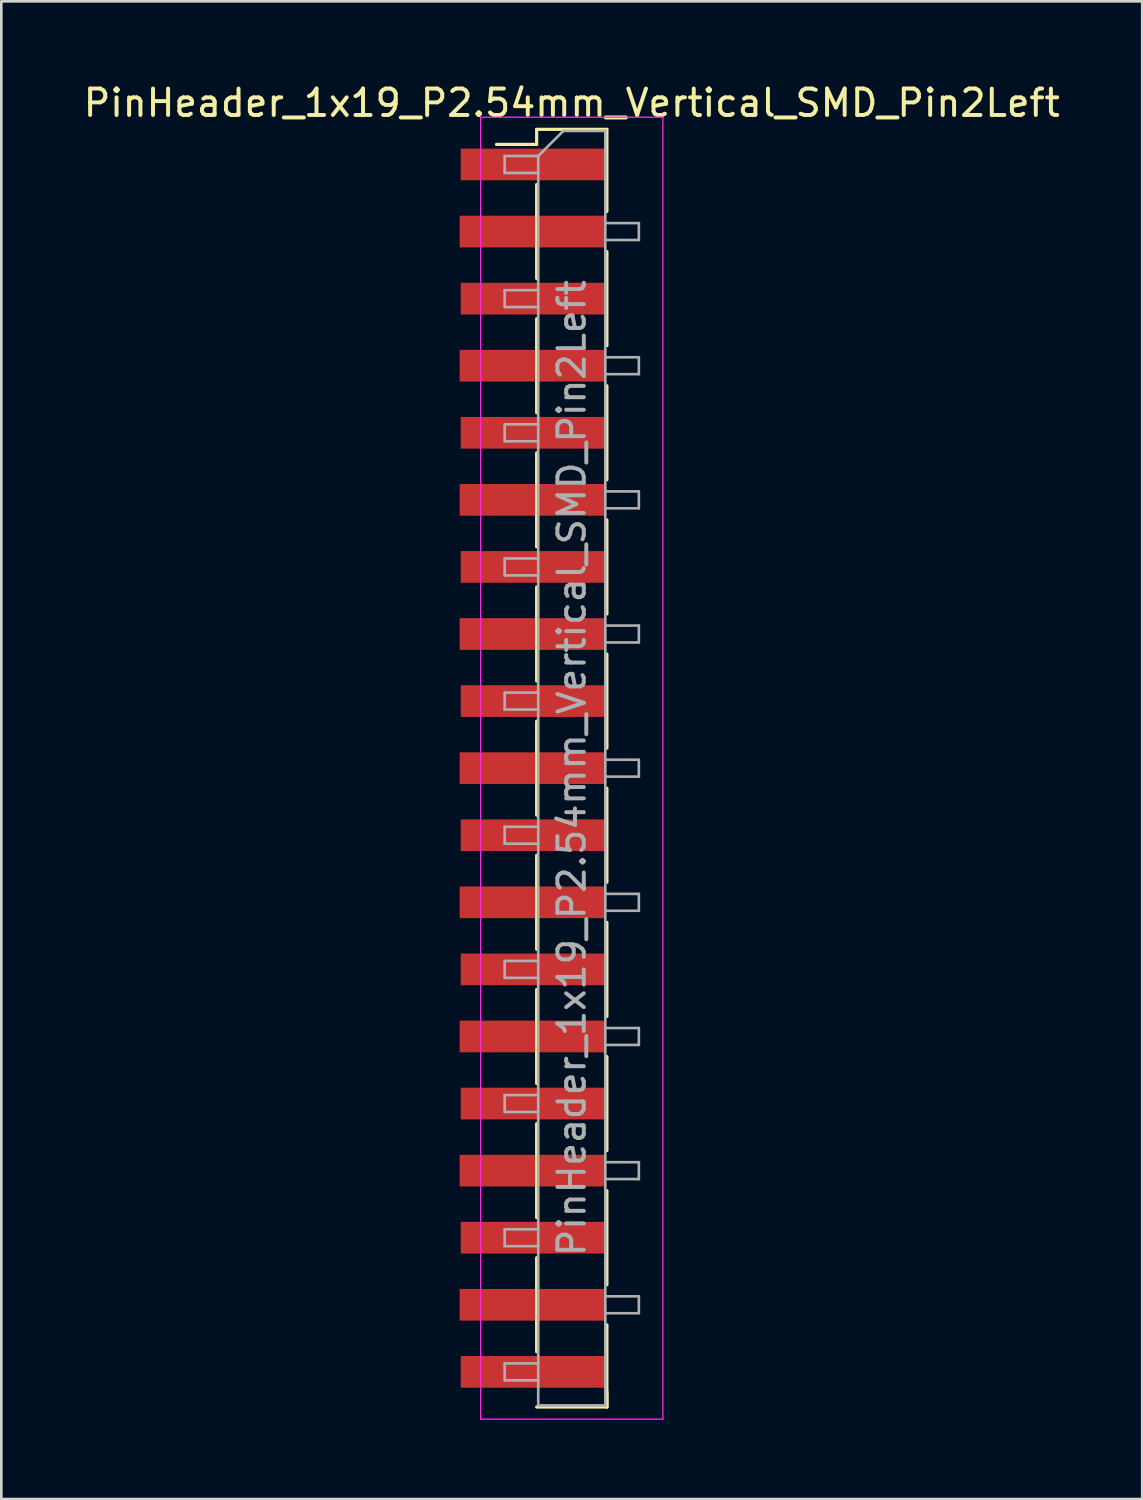
<source format=kicad_pcb>
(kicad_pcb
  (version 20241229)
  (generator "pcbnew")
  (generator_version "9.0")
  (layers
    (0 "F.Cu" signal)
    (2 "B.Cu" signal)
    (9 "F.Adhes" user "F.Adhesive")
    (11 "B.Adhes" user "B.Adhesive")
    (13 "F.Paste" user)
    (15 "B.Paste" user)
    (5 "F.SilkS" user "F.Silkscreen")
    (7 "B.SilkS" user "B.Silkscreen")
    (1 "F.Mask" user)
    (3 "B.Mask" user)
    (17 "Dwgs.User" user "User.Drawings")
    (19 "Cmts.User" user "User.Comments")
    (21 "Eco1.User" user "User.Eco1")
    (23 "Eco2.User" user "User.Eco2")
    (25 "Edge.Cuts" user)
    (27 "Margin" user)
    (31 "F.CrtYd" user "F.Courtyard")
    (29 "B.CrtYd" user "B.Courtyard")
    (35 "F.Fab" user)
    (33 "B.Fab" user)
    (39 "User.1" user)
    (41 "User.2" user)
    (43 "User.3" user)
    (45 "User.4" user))
  (footprint "PinHeader_1x19_P2.54mm_Vertical_SMD_Pin2Left"
    (layer "F.Cu")
    (at 18.601 26.038)
    (property "Reference" "PinHeader_1x19_P2.54mm_Vertical_SMD_Pin2Left" (at 0 -25.19 0) (layer "F.SilkS") (effects (font (size 1 1) (thickness 0.15))))
    (attr smd)
    (fp_line (start -1.33 -24.19) (end -1.33 -23.62) (stroke (width 0.12) (type solid)) (layer "F.SilkS"))
    (fp_line (start -1.33 -24.19) (end 1.33 -24.19) (stroke (width 0.12) (type solid)) (layer "F.SilkS"))
    (fp_line (start -1.33 -23.62) (end -2.85 -23.62) (stroke (width 0.12) (type solid)) (layer "F.SilkS"))
    (fp_line (start -1.33 -22.1) (end -1.33 -18.54) (stroke (width 0.12) (type solid)) (layer "F.SilkS"))
    (fp_line (start -1.33 -17.02) (end -1.33 -13.46) (stroke (width 0.12) (type solid)) (layer "F.SilkS"))
    (fp_line (start -1.33 -11.94) (end -1.33 -8.38) (stroke (width 0.12) (type solid)) (layer "F.SilkS"))
    (fp_line (start -1.33 -6.86) (end -1.33 -3.3) (stroke (width 0.12) (type solid)) (layer "F.SilkS"))
    (fp_line (start -1.33 -1.78) (end -1.33 1.78) (stroke (width 0.12) (type solid)) (layer "F.SilkS"))
    (fp_line (start -1.33 3.3) (end -1.33 6.86) (stroke (width 0.12) (type solid)) (layer "F.SilkS"))
    (fp_line (start -1.33 8.38) (end -1.33 11.94) (stroke (width 0.12) (type solid)) (layer "F.SilkS"))
    (fp_line (start -1.33 13.46) (end -1.33 17.02) (stroke (width 0.12) (type solid)) (layer "F.SilkS"))
    (fp_line (start -1.33 18.54) (end -1.33 22.1) (stroke (width 0.12) (type solid)) (layer "F.SilkS"))
    (fp_line (start -1.33 24.19) (end 1.33 24.19) (stroke (width 0.12) (type solid)) (layer "F.SilkS"))
    (fp_line (start 1.33 -24.19) (end 1.33 -21.08) (stroke (width 0.12) (type solid)) (layer "F.SilkS"))
    (fp_line (start 1.33 -19.56) (end 1.33 -16) (stroke (width 0.12) (type solid)) (layer "F.SilkS"))
    (fp_line (start 1.33 -14.48) (end 1.33 -10.92) (stroke (width 0.12) (type solid)) (layer "F.SilkS"))
    (fp_line (start 1.33 -9.4) (end 1.33 -5.84) (stroke (width 0.12) (type solid)) (layer "F.SilkS"))
    (fp_line (start 1.33 -4.32) (end 1.33 -0.76) (stroke (width 0.12) (type solid)) (layer "F.SilkS"))
    (fp_line (start 1.33 0.76) (end 1.33 4.32) (stroke (width 0.12) (type solid)) (layer "F.SilkS"))
    (fp_line (start 1.33 5.84) (end 1.33 9.4) (stroke (width 0.12) (type solid)) (layer "F.SilkS"))
    (fp_line (start 1.33 10.92) (end 1.33 14.48) (stroke (width 0.12) (type solid)) (layer "F.SilkS"))
    (fp_line (start 1.33 16) (end 1.33 19.56) (stroke (width 0.12) (type solid)) (layer "F.SilkS"))
    (fp_line (start 1.33 21.08) (end 1.33 24.19) (stroke (width 0.12) (type solid)) (layer "F.SilkS"))
    (fp_line (start 1.33 23.62) (end 1.33 24.19) (stroke (width 0.12) (type solid)) (layer "F.SilkS"))
    (fp_line (start -3.45 -24.65) (end -3.45 24.65) (stroke (width 0.05) (type solid)) (layer "F.CrtYd"))
    (fp_line (start -3.45 24.65) (end 3.45 24.65) (stroke (width 0.05) (type solid)) (layer "F.CrtYd"))
    (fp_line (start 3.45 -24.65) (end -3.45 -24.65) (stroke (width 0.05) (type solid)) (layer "F.CrtYd"))
    (fp_line (start 3.45 24.65) (end 3.45 -24.65) (stroke (width 0.05) (type solid)) (layer "F.CrtYd"))
    (fp_line (start -2.54 -23.18) (end -2.54 -22.54) (stroke (width 0.1) (type solid)) (layer "F.Fab"))
    (fp_line (start -2.54 -22.54) (end -1.27 -22.54) (stroke (width 0.1) (type solid)) (layer "F.Fab"))
    (fp_line (start -2.54 -18.1) (end -2.54 -17.46) (stroke (width 0.1) (type solid)) (layer "F.Fab"))
    (fp_line (start -2.54 -17.46) (end -1.27 -17.46) (stroke (width 0.1) (type solid)) (layer "F.Fab"))
    (fp_line (start -2.54 -13.02) (end -2.54 -12.38) (stroke (width 0.1) (type solid)) (layer "F.Fab"))
    (fp_line (start -2.54 -12.38) (end -1.27 -12.38) (stroke (width 0.1) (type solid)) (layer "F.Fab"))
    (fp_line (start -2.54 -7.94) (end -2.54 -7.3) (stroke (width 0.1) (type solid)) (layer "F.Fab"))
    (fp_line (start -2.54 -7.3) (end -1.27 -7.3) (stroke (width 0.1) (type solid)) (layer "F.Fab"))
    (fp_line (start -2.54 -2.86) (end -2.54 -2.22) (stroke (width 0.1) (type solid)) (layer "F.Fab"))
    (fp_line (start -2.54 -2.22) (end -1.27 -2.22) (stroke (width 0.1) (type solid)) (layer "F.Fab"))
    (fp_line (start -2.54 2.22) (end -2.54 2.86) (stroke (width 0.1) (type solid)) (layer "F.Fab"))
    (fp_line (start -2.54 2.86) (end -1.27 2.86) (stroke (width 0.1) (type solid)) (layer "F.Fab"))
    (fp_line (start -2.54 7.3) (end -2.54 7.94) (stroke (width 0.1) (type solid)) (layer "F.Fab"))
    (fp_line (start -2.54 7.94) (end -1.27 7.94) (stroke (width 0.1) (type solid)) (layer "F.Fab"))
    (fp_line (start -2.54 12.38) (end -2.54 13.02) (stroke (width 0.1) (type solid)) (layer "F.Fab"))
    (fp_line (start -2.54 13.02) (end -1.27 13.02) (stroke (width 0.1) (type solid)) (layer "F.Fab"))
    (fp_line (start -2.54 17.46) (end -2.54 18.1) (stroke (width 0.1) (type solid)) (layer "F.Fab"))
    (fp_line (start -2.54 18.1) (end -1.27 18.1) (stroke (width 0.1) (type solid)) (layer "F.Fab"))
    (fp_line (start -2.54 22.54) (end -2.54 23.18) (stroke (width 0.1) (type solid)) (layer "F.Fab"))
    (fp_line (start -2.54 23.18) (end -1.27 23.18) (stroke (width 0.1) (type solid)) (layer "F.Fab"))
    (fp_line (start -1.27 -23.18) (end -2.54 -23.18) (stroke (width 0.1) (type solid)) (layer "F.Fab"))
    (fp_line (start -1.27 -23.18) (end -0.32 -24.13) (stroke (width 0.1) (type solid)) (layer "F.Fab"))
    (fp_line (start -1.27 -18.1) (end -2.54 -18.1) (stroke (width 0.1) (type solid)) (layer "F.Fab"))
    (fp_line (start -1.27 -13.02) (end -2.54 -13.02) (stroke (width 0.1) (type solid)) (layer "F.Fab"))
    (fp_line (start -1.27 -7.94) (end -2.54 -7.94) (stroke (width 0.1) (type solid)) (layer "F.Fab"))
    (fp_line (start -1.27 -2.86) (end -2.54 -2.86) (stroke (width 0.1) (type solid)) (layer "F.Fab"))
    (fp_line (start -1.27 2.22) (end -2.54 2.22) (stroke (width 0.1) (type solid)) (layer "F.Fab"))
    (fp_line (start -1.27 7.3) (end -2.54 7.3) (stroke (width 0.1) (type solid)) (layer "F.Fab"))
    (fp_line (start -1.27 12.38) (end -2.54 12.38) (stroke (width 0.1) (type solid)) (layer "F.Fab"))
    (fp_line (start -1.27 17.46) (end -2.54 17.46) (stroke (width 0.1) (type solid)) (layer "F.Fab"))
    (fp_line (start -1.27 22.54) (end -2.54 22.54) (stroke (width 0.1) (type solid)) (layer "F.Fab"))
    (fp_line (start -1.27 24.13) (end -1.27 -23.18) (stroke (width 0.1) (type solid)) (layer "F.Fab"))
    (fp_line (start -0.32 -24.13) (end 1.27 -24.13) (stroke (width 0.1) (type solid)) (layer "F.Fab"))
    (fp_line (start 1.27 -24.13) (end 1.27 24.13) (stroke (width 0.1) (type solid)) (layer "F.Fab"))
    (fp_line (start 1.27 -20.64) (end 2.54 -20.64) (stroke (width 0.1) (type solid)) (layer "F.Fab"))
    (fp_line (start 1.27 -15.56) (end 2.54 -15.56) (stroke (width 0.1) (type solid)) (layer "F.Fab"))
    (fp_line (start 1.27 -10.48) (end 2.54 -10.48) (stroke (width 0.1) (type solid)) (layer "F.Fab"))
    (fp_line (start 1.27 -5.4) (end 2.54 -5.4) (stroke (width 0.1) (type solid)) (layer "F.Fab"))
    (fp_line (start 1.27 -0.32) (end 2.54 -0.32) (stroke (width 0.1) (type solid)) (layer "F.Fab"))
    (fp_line (start 1.27 4.76) (end 2.54 4.76) (stroke (width 0.1) (type solid)) (layer "F.Fab"))
    (fp_line (start 1.27 9.84) (end 2.54 9.84) (stroke (width 0.1) (type solid)) (layer "F.Fab"))
    (fp_line (start 1.27 14.92) (end 2.54 14.92) (stroke (width 0.1) (type solid)) (layer "F.Fab"))
    (fp_line (start 1.27 20) (end 2.54 20) (stroke (width 0.1) (type solid)) (layer "F.Fab"))
    (fp_line (start 1.27 24.13) (end -1.27 24.13) (stroke (width 0.1) (type solid)) (layer "F.Fab"))
    (fp_line (start 2.54 -20.64) (end 2.54 -20) (stroke (width 0.1) (type solid)) (layer "F.Fab"))
    (fp_line (start 2.54 -20) (end 1.27 -20) (stroke (width 0.1) (type solid)) (layer "F.Fab"))
    (fp_line (start 2.54 -15.56) (end 2.54 -14.92) (stroke (width 0.1) (type solid)) (layer "F.Fab"))
    (fp_line (start 2.54 -14.92) (end 1.27 -14.92) (stroke (width 0.1) (type solid)) (layer "F.Fab"))
    (fp_line (start 2.54 -10.48) (end 2.54 -9.84) (stroke (width 0.1) (type solid)) (layer "F.Fab"))
    (fp_line (start 2.54 -9.84) (end 1.27 -9.84) (stroke (width 0.1) (type solid)) (layer "F.Fab"))
    (fp_line (start 2.54 -5.4) (end 2.54 -4.76) (stroke (width 0.1) (type solid)) (layer "F.Fab"))
    (fp_line (start 2.54 -4.76) (end 1.27 -4.76) (stroke (width 0.1) (type solid)) (layer "F.Fab"))
    (fp_line (start 2.54 -0.32) (end 2.54 0.32) (stroke (width 0.1) (type solid)) (layer "F.Fab"))
    (fp_line (start 2.54 0.32) (end 1.27 0.32) (stroke (width 0.1) (type solid)) (layer "F.Fab"))
    (fp_line (start 2.54 4.76) (end 2.54 5.4) (stroke (width 0.1) (type solid)) (layer "F.Fab"))
    (fp_line (start 2.54 5.4) (end 1.27 5.4) (stroke (width 0.1) (type solid)) (layer "F.Fab"))
    (fp_line (start 2.54 9.84) (end 2.54 10.48) (stroke (width 0.1) (type solid)) (layer "F.Fab"))
    (fp_line (start 2.54 10.48) (end 1.27 10.48) (stroke (width 0.1) (type solid)) (layer "F.Fab"))
    (fp_line (start 2.54 14.92) (end 2.54 15.56) (stroke (width 0.1) (type solid)) (layer "F.Fab"))
    (fp_line (start 2.54 15.56) (end 1.27 15.56) (stroke (width 0.1) (type solid)) (layer "F.Fab"))
    (fp_line (start 2.54 20) (end 2.54 20.64) (stroke (width 0.1) (type solid)) (layer "F.Fab"))
    (fp_line (start 2.54 20.64) (end 1.27 20.64) (stroke (width 0.1) (type solid)) (layer "F.Fab"))
    (fp_text user "${REFERENCE}" (at 0 0 90) (layer "F.Fab") (effects (font (size 1 1) (thickness 0.15))))
    (pad "1" smd rect (at -1.655 -22.86) (size 5.5 1.2) (drill (offset 0.2 0)) (layers "F.Cu" "F.Mask" "F.Paste"))
    (pad "2" smd rect (at 1.655 -20.32) (size 5.5 1.2) (drill (offset -3.15 0)) (layers "F.Cu" "F.Mask" "F.Paste"))
    (pad "3" smd rect (at -1.655 -17.78) (size 5.5 1.2) (drill (offset 0.2 0)) (layers "F.Cu" "F.Mask" "F.Paste"))
    (pad "4" smd rect (at 1.655 -15.24) (size 5.5 1.2) (drill (offset -3.15 0)) (layers "F.Cu" "F.Mask" "F.Paste"))
    (pad "5" smd rect (at -1.655 -12.7) (size 5.5 1.2) (drill (offset 0.2 0)) (layers "F.Cu" "F.Mask" "F.Paste"))
    (pad "6" smd rect (at 1.655 -10.16) (size 5.5 1.2) (drill (offset -3.15 0)) (layers "F.Cu" "F.Mask" "F.Paste"))
    (pad "7" smd rect (at -1.655 -7.62) (size 5.5 1.2) (drill (offset 0.2 0)) (layers "F.Cu" "F.Mask" "F.Paste"))
    (pad "8" smd rect (at 1.655 -5.08) (size 5.5 1.2) (drill (offset -3.15 0)) (layers "F.Cu" "F.Mask" "F.Paste"))
    (pad "9" smd rect (at -1.655 -2.54) (size 5.5 1.2) (drill (offset 0.2 0)) (layers "F.Cu" "F.Mask" "F.Paste"))
    (pad "10" smd rect (at 1.655 0) (size 5.5 1.2) (drill (offset -3.15 0)) (layers "F.Cu" "F.Mask" "F.Paste"))
    (pad "11" smd rect (at -1.655 2.54) (size 5.5 1.2) (drill (offset 0.2 0)) (layers "F.Cu" "F.Mask" "F.Paste"))
    (pad "12" smd rect (at 1.655 5.08) (size 5.5 1.2) (drill (offset -3.15 0)) (layers "F.Cu" "F.Mask" "F.Paste"))
    (pad "13" smd rect (at -1.655 7.62) (size 5.5 1.2) (drill (offset 0.2 0)) (layers "F.Cu" "F.Mask" "F.Paste"))
    (pad "14" smd rect (at 1.655 10.16) (size 5.5 1.2) (drill (offset -3.15 0)) (layers "F.Cu" "F.Mask" "F.Paste"))
    (pad "15" smd rect (at -1.655 12.7) (size 5.5 1.2) (drill (offset 0.2 0)) (layers "F.Cu" "F.Mask" "F.Paste"))
    (pad "16" smd rect (at 1.655 15.24) (size 5.5 1.2) (drill (offset -3.15 0)) (layers "F.Cu" "F.Mask" "F.Paste"))
    (pad "17" smd rect (at -1.655 17.78) (size 5.5 1.2) (drill (offset 0.2 0)) (layers "F.Cu" "F.Mask" "F.Paste"))
    (pad "18" smd rect (at 1.655 20.32) (size 5.5 1.2) (drill (offset -3.15 0)) (layers "F.Cu" "F.Mask" "F.Paste"))
    (pad "19" smd rect (at -1.655 22.86) (size 5.5 1.2) (drill (offset 0.2 0)) (layers "F.Cu" "F.Mask" "F.Paste")))
  (gr_rect
    (start -3 -3)
    (end 40.202 53.713)
    (stroke (width 0.1) (type default))
    (fill no)
    (layer "Edge.Cuts")))
</source>
